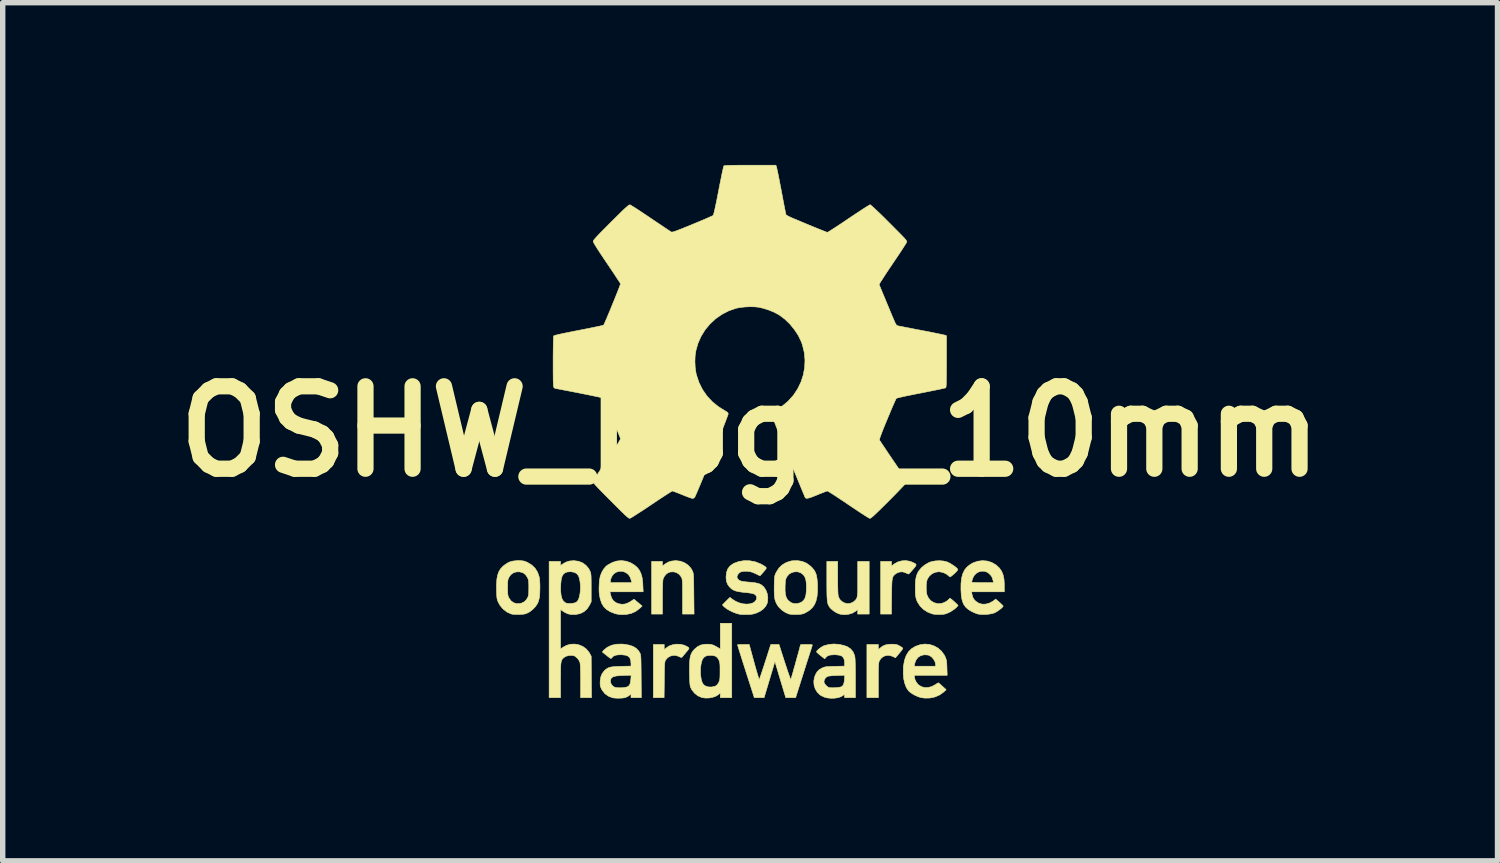
<source format=kicad_pcb>
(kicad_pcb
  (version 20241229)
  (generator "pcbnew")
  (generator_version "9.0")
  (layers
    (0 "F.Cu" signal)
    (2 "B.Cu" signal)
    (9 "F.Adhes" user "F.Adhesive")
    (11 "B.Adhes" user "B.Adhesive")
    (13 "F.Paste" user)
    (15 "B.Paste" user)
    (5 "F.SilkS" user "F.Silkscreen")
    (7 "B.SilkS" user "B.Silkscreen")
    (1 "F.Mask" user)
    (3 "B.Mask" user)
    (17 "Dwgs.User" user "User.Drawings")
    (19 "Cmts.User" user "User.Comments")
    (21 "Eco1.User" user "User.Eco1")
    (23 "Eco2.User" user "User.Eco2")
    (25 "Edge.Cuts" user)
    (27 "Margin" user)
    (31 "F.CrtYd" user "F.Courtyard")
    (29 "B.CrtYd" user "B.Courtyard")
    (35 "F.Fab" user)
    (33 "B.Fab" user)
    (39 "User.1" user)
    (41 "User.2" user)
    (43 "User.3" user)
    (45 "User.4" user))
  (footprint "OSHW_Logo_10mm"
    (layer "F.Cu")
    (at 10.82 4.928)
    (property "Reference" "OSHW_Logo_10mm" (at 0 0 0) (layer "F.SilkS") (effects (font (size 1.524 1.524) (thickness 0.3))))
    (attr through_hole)
    (fp_poly (pts (xy 2.956 2.401) (xy 2.997 2.417) (xy 3.037 2.436) (xy 3.061 2.45) (xy 3.07 2.464) (xy 3.065 2.483) (xy 3.047 2.509) (xy 3.015 2.547) (xy 3.012 2.55) (xy 2.981 2.586) (xy 2.956 2.614) (xy 2.937 2.632) (xy 2.931 2.636) (xy 2.916 2.632) (xy 2.891 2.621) (xy 2.878 2.614) (xy 2.821 2.596) (xy 2.764 2.599) (xy 2.71 2.62) (xy 2.692 2.633) (xy 2.673 2.649) (xy 2.657 2.664) (xy 2.645 2.68) (xy 2.636 2.7) (xy 2.63 2.727) (xy 2.625 2.762) (xy 2.622 2.809) (xy 2.62 2.87) (xy 2.618 2.946) (xy 2.617 3.041) (xy 2.617 3.052) (xy 2.614 3.377) (xy 2.414 3.377) (xy 2.414 2.403) (xy 2.615 2.403) (xy 2.615 2.488) (xy 2.663 2.451) (xy 2.729 2.414) (xy 2.803 2.393) (xy 2.881 2.388) (xy 2.956 2.401)) (stroke (width 0.01) (type solid)) (fill yes) (layer "F.SilkS"))
    (fp_poly (pts (xy -1.287 3.936) (xy -1.215 3.953) (xy -1.152 3.985) (xy -1.14 3.994) (xy -1.132 4.002) (xy -1.13 4.011) (xy -1.137 4.026) (xy -1.154 4.049) (xy -1.184 4.085) (xy -1.186 4.087) (xy -1.215 4.122) (xy -1.24 4.152) (xy -1.256 4.171) (xy -1.261 4.176) (xy -1.276 4.178) (xy -1.304 4.167) (xy -1.312 4.163) (xy -1.367 4.143) (xy -1.424 4.141) (xy -1.48 4.156) (xy -1.528 4.187) (xy -1.56 4.224) (xy -1.566 4.235) (xy -1.571 4.247) (xy -1.575 4.263) (xy -1.578 4.284) (xy -1.581 4.313) (xy -1.583 4.353) (xy -1.584 4.406) (xy -1.585 4.474) (xy -1.586 4.56) (xy -1.586 4.592) (xy -1.59 4.923) (xy -1.789 4.923) (xy -1.789 3.939) (xy -1.588 3.939) (xy -1.588 4.038) (xy -1.559 4.01) (xy -1.503 3.97) (xy -1.436 3.945) (xy -1.362 3.933) (xy -1.287 3.936)) (stroke (width 0.01) (type solid)) (fill yes) (layer "F.SilkS"))
    (fp_poly (pts (xy 2.662 3.935) (xy 2.696 3.938) (xy 2.724 3.946) (xy 2.754 3.961) (xy 2.763 3.965) (xy 2.794 3.984) (xy 2.816 3.999) (xy 2.824 4.008) (xy 2.823 4.015) (xy 2.815 4.029) (xy 2.799 4.051) (xy 2.774 4.083) (xy 2.736 4.128) (xy 2.717 4.151) (xy 2.688 4.185) (xy 2.64 4.161) (xy 2.582 4.142) (xy 2.524 4.142) (xy 2.471 4.158) (xy 2.426 4.191) (xy 2.393 4.237) (xy 2.392 4.239) (xy 2.386 4.253) (xy 2.382 4.27) (xy 2.378 4.291) (xy 2.376 4.319) (xy 2.374 4.357) (xy 2.373 4.407) (xy 2.372 4.473) (xy 2.372 4.555) (xy 2.372 4.603) (xy 2.372 4.923) (xy 2.16 4.923) (xy 2.16 3.939) (xy 2.372 3.939) (xy 2.372 4.035) (xy 2.401 4.008) (xy 2.451 3.97) (xy 2.507 3.946) (xy 2.573 3.935) (xy 2.615 3.934) (xy 2.662 3.935)) (stroke (width 0.01) (type solid)) (fill yes) (layer "F.SilkS"))
    (fp_poly (pts (xy 1.62 2.707) (xy 1.62 2.815) (xy 1.622 2.902) (xy 1.624 2.97) (xy 1.627 3.018) (xy 1.632 3.048) (xy 1.633 3.053) (xy 1.658 3.105) (xy 1.697 3.144) (xy 1.745 3.171) (xy 1.798 3.183) (xy 1.852 3.179) (xy 1.903 3.157) (xy 1.923 3.142) (xy 1.941 3.126) (xy 1.956 3.11) (xy 1.967 3.094) (xy 1.976 3.073) (xy 1.982 3.047) (xy 1.986 3.012) (xy 1.989 2.965) (xy 1.99 2.905) (xy 1.99 2.829) (xy 1.99 2.734) (xy 1.99 2.403) (xy 2.202 2.403) (xy 2.202 3.377) (xy 1.99 3.377) (xy 1.99 3.292) (xy 1.95 3.325) (xy 1.892 3.359) (xy 1.822 3.38) (xy 1.748 3.388) (xy 1.673 3.38) (xy 1.645 3.373) (xy 1.593 3.35) (xy 1.54 3.316) (xy 1.494 3.276) (xy 1.476 3.256) (xy 1.462 3.236) (xy 1.45 3.215) (xy 1.44 3.192) (xy 1.433 3.163) (xy 1.428 3.128) (xy 1.424 3.083) (xy 1.421 3.026) (xy 1.42 2.955) (xy 1.419 2.867) (xy 1.419 2.762) (xy 1.419 2.403) (xy 1.62 2.403) (xy 1.62 2.707)) (stroke (width 0.01) (type solid)) (fill yes) (layer "F.SilkS"))
    (fp_poly (pts (xy -1.287 2.399) (xy -1.214 2.427) (xy -1.149 2.47) (xy -1.097 2.526) (xy -1.068 2.576) (xy -1.061 2.591) (xy -1.056 2.606) (xy -1.052 2.622) (xy -1.048 2.644) (xy -1.046 2.672) (xy -1.044 2.709) (xy -1.043 2.757) (xy -1.042 2.82) (xy -1.041 2.898) (xy -1.04 2.995) (xy -1.04 3.004) (xy -1.036 3.377) (xy -1.249 3.377) (xy -1.249 3.056) (xy -1.249 2.965) (xy -1.25 2.893) (xy -1.25 2.836) (xy -1.251 2.794) (xy -1.253 2.762) (xy -1.256 2.739) (xy -1.26 2.721) (xy -1.265 2.707) (xy -1.271 2.694) (xy -1.274 2.689) (xy -1.309 2.644) (xy -1.357 2.612) (xy -1.412 2.596) (xy -1.47 2.598) (xy -1.507 2.608) (xy -1.549 2.636) (xy -1.584 2.677) (xy -1.608 2.725) (xy -1.609 2.729) (xy -1.612 2.751) (xy -1.615 2.792) (xy -1.617 2.848) (xy -1.619 2.917) (xy -1.62 2.997) (xy -1.62 3.073) (xy -1.62 3.377) (xy -1.821 3.377) (xy -1.821 2.403) (xy -1.62 2.403) (xy -1.62 2.488) (xy -1.572 2.451) (xy -1.518 2.418) (xy -1.459 2.398) (xy -1.39 2.39) (xy -1.365 2.39) (xy -1.287 2.399)) (stroke (width 0.01) (type solid)) (fill yes) (layer "F.SilkS"))
    (fp_poly (pts (xy -2.293 2.399) (xy -2.209 2.428) (xy -2.135 2.473) (xy -2.083 2.519) (xy -2.044 2.571) (xy -2.016 2.632) (xy -1.996 2.705) (xy -1.985 2.794) (xy -1.983 2.835) (xy -1.977 2.965) (xy -2.591 2.965) (xy -2.582 3.012) (xy -2.561 3.08) (xy -2.526 3.132) (xy -2.476 3.168) (xy -2.43 3.186) (xy -2.367 3.196) (xy -2.309 3.19) (xy -2.249 3.167) (xy -2.201 3.139) (xy -2.147 3.102) (xy -2.099 3.142) (xy -2.067 3.168) (xy -2.037 3.194) (xy -2.023 3.205) (xy -1.996 3.229) (xy -2.043 3.273) (xy -2.116 3.328) (xy -2.197 3.364) (xy -2.287 3.384) (xy -2.361 3.387) (xy -2.417 3.384) (xy -2.471 3.375) (xy -2.499 3.368) (xy -2.584 3.335) (xy -2.652 3.294) (xy -2.704 3.243) (xy -2.743 3.18) (xy -2.77 3.101) (xy -2.786 3.025) (xy -2.792 2.966) (xy -2.793 2.895) (xy -2.79 2.822) (xy -2.788 2.795) (xy -2.583 2.795) (xy -2.189 2.795) (xy -2.197 2.755) (xy -2.217 2.694) (xy -2.252 2.644) (xy -2.298 2.609) (xy -2.35 2.589) (xy -2.407 2.585) (xy -2.464 2.598) (xy -2.515 2.628) (xy -2.543 2.659) (xy -2.566 2.701) (xy -2.581 2.745) (xy -2.583 2.766) (xy -2.583 2.795) (xy -2.788 2.795) (xy -2.784 2.751) (xy -2.774 2.691) (xy -2.768 2.668) (xy -2.742 2.603) (xy -2.707 2.543) (xy -2.666 2.496) (xy -2.652 2.483) (xy -2.623 2.464) (xy -2.583 2.442) (xy -2.545 2.422) (xy -2.464 2.396) (xy -2.379 2.388) (xy -2.293 2.399)) (stroke (width 0.01) (type solid)) (fill yes) (layer "F.SilkS"))
    (fp_poly (pts (xy 3.318 3.939) (xy 3.4 3.965) (xy 3.475 4.006) (xy 3.539 4.063) (xy 3.59 4.133) (xy 3.606 4.163) (xy 3.618 4.193) (xy 3.627 4.22) (xy 3.633 4.25) (xy 3.637 4.288) (xy 3.639 4.339) (xy 3.64 4.37) (xy 3.645 4.51) (xy 3.039 4.51) (xy 3.039 4.539) (xy 3.048 4.583) (xy 3.07 4.631) (xy 3.102 4.674) (xy 3.116 4.687) (xy 3.169 4.72) (xy 3.23 4.736) (xy 3.297 4.734) (xy 3.364 4.715) (xy 3.421 4.684) (xy 3.451 4.665) (xy 3.473 4.652) (xy 3.482 4.648) (xy 3.492 4.655) (xy 3.514 4.673) (xy 3.543 4.699) (xy 3.557 4.712) (xy 3.626 4.775) (xy 3.579 4.819) (xy 3.505 4.872) (xy 3.421 4.909) (xy 3.328 4.929) (xy 3.23 4.931) (xy 3.166 4.922) (xy 3.113 4.907) (xy 3.055 4.882) (xy 2.999 4.851) (xy 2.952 4.817) (xy 2.928 4.794) (xy 2.889 4.735) (xy 2.86 4.659) (xy 2.84 4.571) (xy 2.832 4.473) (xy 2.834 4.369) (xy 2.836 4.341) (xy 3.036 4.341) (xy 3.43 4.341) (xy 3.43 4.312) (xy 3.421 4.262) (xy 3.395 4.214) (xy 3.359 4.172) (xy 3.316 4.143) (xy 3.287 4.134) (xy 3.217 4.13) (xy 3.157 4.145) (xy 3.106 4.177) (xy 3.069 4.225) (xy 3.045 4.288) (xy 3.042 4.304) (xy 3.036 4.341) (xy 2.836 4.341) (xy 2.837 4.336) (xy 2.855 4.232) (xy 2.886 4.145) (xy 2.929 4.073) (xy 2.986 4.017) (xy 3.057 3.974) (xy 3.144 3.943) (xy 3.145 3.943) (xy 3.232 3.931) (xy 3.318 3.939)) (stroke (width 0.01) (type solid)) (fill yes) (layer "F.SilkS"))
    (fp_poly (pts (xy -0.339 4.923) (xy -0.551 4.923) (xy -0.551 4.835) (xy -0.575 4.857) (xy -0.622 4.89) (xy -0.684 4.914) (xy -0.753 4.928) (xy -0.823 4.93) (xy -0.888 4.921) (xy -0.892 4.92) (xy -0.964 4.889) (xy -1.027 4.84) (xy -1.077 4.777) (xy -1.099 4.735) (xy -1.105 4.717) (xy -1.11 4.691) (xy -1.114 4.655) (xy -1.117 4.607) (xy -1.119 4.542) (xy -1.12 4.479) (xy -1.121 4.446) (xy -0.918 4.446) (xy -0.913 4.517) (xy -0.904 4.581) (xy -0.888 4.635) (xy -0.867 4.674) (xy -0.862 4.681) (xy -0.822 4.709) (xy -0.77 4.724) (xy -0.714 4.726) (xy -0.658 4.715) (xy -0.632 4.704) (xy -0.606 4.682) (xy -0.582 4.647) (xy -0.579 4.639) (xy -0.57 4.618) (xy -0.563 4.595) (xy -0.559 4.567) (xy -0.557 4.531) (xy -0.556 4.48) (xy -0.556 4.431) (xy -0.556 4.368) (xy -0.557 4.321) (xy -0.56 4.287) (xy -0.565 4.261) (xy -0.572 4.239) (xy -0.579 4.222) (xy -0.604 4.183) (xy -0.636 4.157) (xy -0.681 4.144) (xy -0.739 4.14) (xy -0.798 4.146) (xy -0.841 4.166) (xy -0.873 4.201) (xy -0.892 4.243) (xy -0.907 4.305) (xy -0.916 4.374) (xy -0.918 4.446) (xy -1.121 4.446) (xy -1.121 4.377) (xy -1.12 4.294) (xy -1.115 4.227) (xy -1.107 4.172) (xy -1.094 4.127) (xy -1.077 4.09) (xy -1.054 4.056) (xy -1.025 4.024) (xy -1.025 4.024) (xy -0.971 3.979) (xy -0.914 3.95) (xy -0.848 3.936) (xy -0.799 3.934) (xy -0.751 3.935) (xy -0.715 3.94) (xy -0.682 3.95) (xy -0.656 3.962) (xy -0.621 3.981) (xy -0.589 3.999) (xy -0.574 4.008) (xy -0.551 4.026) (xy -0.551 3.547) (xy -0.339 3.547) (xy -0.339 4.923)) (stroke (width 0.01) (type solid)) (fill yes) (layer "F.SilkS"))
    (fp_poly (pts (xy 0.64 4.267) (xy 0.666 4.345) (xy 0.69 4.417) (xy 0.711 4.479) (xy 0.729 4.529) (xy 0.742 4.565) (xy 0.75 4.584) (xy 0.753 4.587) (xy 0.757 4.576) (xy 0.766 4.547) (xy 0.778 4.504) (xy 0.794 4.45) (xy 0.811 4.387) (xy 0.831 4.319) (xy 0.85 4.249) (xy 0.869 4.179) (xy 0.888 4.113) (xy 0.904 4.054) (xy 0.917 4.005) (xy 0.926 3.968) (xy 0.931 3.948) (xy 0.932 3.944) (xy 0.942 3.942) (xy 0.968 3.94) (xy 1.007 3.939) (xy 1.044 3.939) (xy 1.096 3.939) (xy 1.13 3.941) (xy 1.147 3.945) (xy 1.152 3.951) (xy 1.151 3.952) (xy 1.147 3.964) (xy 1.138 3.995) (xy 1.123 4.042) (xy 1.103 4.103) (xy 1.08 4.175) (xy 1.053 4.258) (xy 1.024 4.349) (xy 0.994 4.444) (xy 0.842 4.923) (xy 0.751 4.923) (xy 0.66 4.923) (xy 0.559 4.589) (xy 0.459 4.254) (xy 0.359 4.589) (xy 0.259 4.923) (xy 0.169 4.923) (xy 0.078 4.923) (xy -0.078 4.438) (xy -0.109 4.34) (xy -0.138 4.25) (xy -0.164 4.167) (xy -0.187 4.094) (xy -0.206 4.034) (xy -0.22 3.988) (xy -0.229 3.957) (xy -0.233 3.945) (xy -0.233 3.945) (xy -0.223 3.942) (xy -0.196 3.94) (xy -0.158 3.939) (xy -0.124 3.939) (xy -0.016 3.939) (xy 0.073 4.267) (xy 0.095 4.346) (xy 0.116 4.418) (xy 0.134 4.48) (xy 0.149 4.53) (xy 0.161 4.566) (xy 0.168 4.585) (xy 0.17 4.587) (xy 0.175 4.576) (xy 0.185 4.547) (xy 0.2 4.503) (xy 0.219 4.446) (xy 0.241 4.38) (xy 0.265 4.307) (xy 0.29 4.229) (xy 0.316 4.149) (xy 0.341 4.07) (xy 0.365 3.995) (xy 0.372 3.973) (xy 0.383 3.939) (xy 0.535 3.939) (xy 0.64 4.267)) (stroke (width 0.01) (type solid)) (fill yes) (layer "F.SilkS"))
    (fp_poly (pts (xy 0.965 2.403) (xy 1.046 2.437) (xy 1.119 2.492) (xy 1.142 2.514) (xy 1.178 2.556) (xy 1.205 2.6) (xy 1.224 2.65) (xy 1.236 2.71) (xy 1.244 2.784) (xy 1.247 2.838) (xy 1.247 2.954) (xy 1.238 3.052) (xy 1.219 3.135) (xy 1.19 3.204) (xy 1.148 3.262) (xy 1.093 3.311) (xy 1.025 3.352) (xy 0.995 3.366) (xy 0.965 3.375) (xy 0.93 3.381) (xy 0.882 3.384) (xy 0.863 3.384) (xy 0.79 3.384) (xy 0.736 3.379) (xy 0.71 3.373) (xy 0.647 3.344) (xy 0.585 3.301) (xy 0.533 3.25) (xy 0.515 3.226) (xy 0.49 3.186) (xy 0.472 3.147) (xy 0.459 3.105) (xy 0.451 3.056) (xy 0.447 2.995) (xy 0.446 2.942) (xy 0.647 2.942) (xy 0.653 3.008) (xy 0.666 3.06) (xy 0.687 3.102) (xy 0.713 3.132) (xy 0.763 3.168) (xy 0.818 3.184) (xy 0.88 3.181) (xy 0.902 3.176) (xy 0.951 3.156) (xy 0.988 3.126) (xy 1.015 3.083) (xy 1.032 3.026) (xy 1.04 2.952) (xy 1.042 2.885) (xy 1.04 2.812) (xy 1.033 2.756) (xy 1.022 2.713) (xy 1.004 2.677) (xy 0.982 2.648) (xy 0.937 2.614) (xy 0.884 2.596) (xy 0.828 2.595) (xy 0.773 2.608) (xy 0.724 2.636) (xy 0.685 2.679) (xy 0.682 2.685) (xy 0.669 2.709) (xy 0.66 2.732) (xy 0.654 2.759) (xy 0.651 2.795) (xy 0.648 2.846) (xy 0.648 2.859) (xy 0.647 2.942) (xy 0.446 2.942) (xy 0.446 2.92) (xy 0.446 2.86) (xy 0.448 2.793) (xy 0.449 2.743) (xy 0.452 2.706) (xy 0.455 2.678) (xy 0.461 2.656) (xy 0.469 2.634) (xy 0.481 2.61) (xy 0.485 2.602) (xy 0.533 2.526) (xy 0.596 2.466) (xy 0.671 2.422) (xy 0.757 2.395) (xy 0.778 2.392) (xy 0.875 2.388) (xy 0.965 2.403)) (stroke (width 0.01) (type solid)) (fill yes) (layer "F.SilkS"))
    (fp_poly (pts (xy 3.577 2.396) (xy 3.641 2.412) (xy 3.645 2.413) (xy 3.681 2.43) (xy 3.722 2.454) (xy 3.764 2.481) (xy 3.801 2.508) (xy 3.828 2.533) (xy 3.841 2.55) (xy 3.836 2.566) (xy 3.814 2.594) (xy 3.779 2.627) (xy 3.747 2.655) (xy 3.72 2.676) (xy 3.703 2.688) (xy 3.699 2.689) (xy 3.685 2.682) (xy 3.668 2.667) (xy 3.633 2.639) (xy 3.585 2.615) (xy 3.533 2.6) (xy 3.489 2.594) (xy 3.423 2.604) (xy 3.363 2.632) (xy 3.314 2.675) (xy 3.279 2.729) (xy 3.27 2.755) (xy 3.261 2.803) (xy 3.257 2.862) (xy 3.258 2.925) (xy 3.263 2.984) (xy 3.271 3.022) (xy 3.299 3.081) (xy 3.341 3.129) (xy 3.396 3.164) (xy 3.459 3.183) (xy 3.525 3.183) (xy 3.529 3.182) (xy 3.572 3.17) (xy 3.617 3.149) (xy 3.656 3.123) (xy 3.678 3.101) (xy 3.687 3.089) (xy 3.697 3.086) (xy 3.711 3.093) (xy 3.734 3.112) (xy 3.745 3.121) (xy 3.777 3.149) (xy 3.806 3.176) (xy 3.822 3.191) (xy 3.847 3.219) (xy 3.806 3.262) (xy 3.775 3.288) (xy 3.733 3.316) (xy 3.69 3.342) (xy 3.686 3.343) (xy 3.645 3.362) (xy 3.612 3.374) (xy 3.578 3.381) (xy 3.535 3.384) (xy 3.511 3.385) (xy 3.454 3.384) (xy 3.402 3.38) (xy 3.366 3.373) (xy 3.28 3.339) (xy 3.204 3.289) (xy 3.142 3.227) (xy 3.095 3.154) (xy 3.079 3.116) (xy 3.069 3.083) (xy 3.062 3.052) (xy 3.058 3.017) (xy 3.055 2.973) (xy 3.055 2.914) (xy 3.055 2.896) (xy 3.056 2.814) (xy 3.061 2.748) (xy 3.07 2.695) (xy 3.084 2.649) (xy 3.104 2.605) (xy 3.123 2.575) (xy 3.171 2.517) (xy 3.234 2.466) (xy 3.305 2.425) (xy 3.355 2.407) (xy 3.425 2.394) (xy 3.502 2.39) (xy 3.577 2.396)) (stroke (width 0.01) (type solid)) (fill yes) (layer "F.SilkS"))
    (fp_poly (pts (xy 4.384 2.396) (xy 4.468 2.422) (xy 4.544 2.466) (xy 4.557 2.476) (xy 4.611 2.527) (xy 4.651 2.585) (xy 4.678 2.651) (xy 4.695 2.73) (xy 4.701 2.824) (xy 4.701 2.844) (xy 4.701 2.965) (xy 4.096 2.965) (xy 4.103 3.01) (xy 4.118 3.065) (xy 4.143 3.109) (xy 4.176 3.142) (xy 4.231 3.177) (xy 4.293 3.194) (xy 4.36 3.192) (xy 4.428 3.173) (xy 4.495 3.136) (xy 4.504 3.129) (xy 4.542 3.1) (xy 4.611 3.16) (xy 4.642 3.188) (xy 4.666 3.212) (xy 4.679 3.226) (xy 4.68 3.229) (xy 4.671 3.244) (xy 4.649 3.267) (xy 4.618 3.292) (xy 4.582 3.318) (xy 4.546 3.341) (xy 4.514 3.356) (xy 4.513 3.357) (xy 4.46 3.371) (xy 4.397 3.381) (xy 4.328 3.385) (xy 4.264 3.383) (xy 4.21 3.376) (xy 4.202 3.373) (xy 4.145 3.352) (xy 4.086 3.323) (xy 4.033 3.289) (xy 3.993 3.255) (xy 3.986 3.247) (xy 3.955 3.205) (xy 3.932 3.156) (xy 3.916 3.098) (xy 3.905 3.027) (xy 3.9 2.939) (xy 3.899 2.928) (xy 3.9 2.813) (xy 3.903 2.786) (xy 4.097 2.786) (xy 4.108 2.789) (xy 4.135 2.792) (xy 4.178 2.793) (xy 4.232 2.795) (xy 4.295 2.795) (xy 4.299 2.795) (xy 4.501 2.795) (xy 4.494 2.761) (xy 4.482 2.717) (xy 4.467 2.683) (xy 4.443 2.65) (xy 4.44 2.648) (xy 4.396 2.609) (xy 4.344 2.587) (xy 4.289 2.583) (xy 4.236 2.594) (xy 4.187 2.62) (xy 4.146 2.66) (xy 4.117 2.713) (xy 4.113 2.725) (xy 4.104 2.757) (xy 4.099 2.78) (xy 4.097 2.786) (xy 3.903 2.786) (xy 3.911 2.715) (xy 3.932 2.633) (xy 3.965 2.564) (xy 4.011 2.507) (xy 4.07 2.46) (xy 4.124 2.429) (xy 4.208 2.4) (xy 4.296 2.389) (xy 4.384 2.396)) (stroke (width 0.01) (type solid)) (fill yes) (layer "F.SilkS"))
    (fp_poly (pts (xy 1.65 3.938) (xy 1.742 3.959) (xy 1.799 3.981) (xy 1.858 4.02) (xy 1.902 4.072) (xy 1.931 4.139) (xy 1.937 4.163) (xy 1.94 4.188) (xy 1.943 4.232) (xy 1.945 4.293) (xy 1.947 4.368) (xy 1.948 4.455) (xy 1.948 4.551) (xy 1.948 4.569) (xy 1.948 4.923) (xy 1.747 4.923) (xy 1.747 4.856) (xy 1.723 4.879) (xy 1.683 4.904) (xy 1.629 4.922) (xy 1.566 4.932) (xy 1.498 4.934) (xy 1.432 4.928) (xy 1.381 4.915) (xy 1.343 4.899) (xy 1.306 4.88) (xy 1.293 4.871) (xy 1.242 4.822) (xy 1.205 4.761) (xy 1.183 4.692) (xy 1.179 4.631) (xy 1.366 4.631) (xy 1.374 4.656) (xy 1.395 4.686) (xy 1.423 4.713) (xy 1.451 4.732) (xy 1.463 4.736) (xy 1.492 4.739) (xy 1.534 4.74) (xy 1.581 4.738) (xy 1.626 4.734) (xy 1.663 4.728) (xy 1.684 4.723) (xy 1.711 4.705) (xy 1.728 4.678) (xy 1.739 4.638) (xy 1.745 4.586) (xy 1.75 4.508) (xy 1.603 4.513) (xy 1.532 4.516) (xy 1.476 4.521) (xy 1.439 4.527) (xy 1.426 4.532) (xy 1.394 4.558) (xy 1.372 4.596) (xy 1.366 4.631) (xy 1.179 4.631) (xy 1.178 4.618) (xy 1.191 4.544) (xy 1.212 4.49) (xy 1.241 4.442) (xy 1.276 4.407) (xy 1.324 4.378) (xy 1.339 4.371) (xy 1.361 4.362) (xy 1.384 4.355) (xy 1.411 4.35) (xy 1.447 4.347) (xy 1.495 4.345) (xy 1.56 4.343) (xy 1.57 4.343) (xy 1.747 4.339) (xy 1.747 4.279) (xy 1.742 4.223) (xy 1.725 4.182) (xy 1.695 4.153) (xy 1.65 4.137) (xy 1.588 4.13) (xy 1.565 4.129) (xy 1.505 4.132) (xy 1.46 4.139) (xy 1.428 4.154) (xy 1.403 4.177) (xy 1.402 4.178) (xy 1.38 4.204) (xy 1.304 4.145) (xy 1.271 4.118) (xy 1.245 4.094) (xy 1.23 4.078) (xy 1.228 4.074) (xy 1.237 4.057) (xy 1.259 4.033) (xy 1.291 4.008) (xy 1.327 3.983) (xy 1.362 3.964) (xy 1.374 3.96) (xy 1.459 3.938) (xy 1.553 3.93) (xy 1.65 3.938)) (stroke (width 0.01) (type solid)) (fill yes) (layer "F.SilkS"))
    (fp_poly (pts (xy -4.236 2.39) (xy -4.2 2.393) (xy -4.169 2.4) (xy -4.138 2.412) (xy -4.116 2.422) (xy -4.037 2.47) (xy -3.974 2.531) (xy -3.928 2.606) (xy -3.899 2.693) (xy -3.898 2.698) (xy -3.892 2.74) (xy -3.888 2.797) (xy -3.886 2.862) (xy -3.887 2.93) (xy -3.889 2.995) (xy -3.893 3.05) (xy -3.897 3.076) (xy -3.908 3.119) (xy -3.921 3.16) (xy -3.93 3.18) (xy -3.967 3.236) (xy -4.017 3.289) (xy -4.074 3.334) (xy -4.103 3.351) (xy -4.135 3.365) (xy -4.164 3.375) (xy -4.198 3.38) (xy -4.243 3.383) (xy -4.271 3.385) (xy -4.345 3.384) (xy -4.4 3.379) (xy -4.422 3.373) (xy -4.498 3.338) (xy -4.566 3.285) (xy -4.623 3.218) (xy -4.655 3.16) (xy -4.666 3.136) (xy -4.674 3.113) (xy -4.68 3.088) (xy -4.683 3.058) (xy -4.686 3.017) (xy -4.688 2.961) (xy -4.689 2.921) (xy -4.689 2.89) (xy -4.484 2.89) (xy -4.483 2.95) (xy -4.482 2.993) (xy -4.478 3.024) (xy -4.473 3.048) (xy -4.465 3.068) (xy -4.461 3.076) (xy -4.422 3.131) (xy -4.373 3.167) (xy -4.317 3.184) (xy -4.255 3.181) (xy -4.221 3.172) (xy -4.176 3.15) (xy -4.142 3.118) (xy -4.115 3.076) (xy -4.106 3.056) (xy -4.099 3.034) (xy -4.095 3.007) (xy -4.093 2.969) (xy -4.092 2.916) (xy -4.092 2.89) (xy -4.092 2.832) (xy -4.094 2.791) (xy -4.096 2.761) (xy -4.101 2.738) (xy -4.109 2.718) (xy -4.121 2.695) (xy -4.123 2.692) (xy -4.151 2.651) (xy -4.182 2.624) (xy -4.198 2.615) (xy -4.258 2.596) (xy -4.318 2.596) (xy -4.374 2.613) (xy -4.422 2.646) (xy -4.457 2.694) (xy -4.457 2.694) (xy -4.468 2.717) (xy -4.476 2.739) (xy -4.48 2.764) (xy -4.483 2.797) (xy -4.484 2.843) (xy -4.484 2.89) (xy -4.689 2.89) (xy -4.688 2.816) (xy -4.682 2.728) (xy -4.668 2.655) (xy -4.646 2.594) (xy -4.616 2.543) (xy -4.575 2.498) (xy -4.538 2.468) (xy -4.485 2.432) (xy -4.435 2.409) (xy -4.382 2.396) (xy -4.318 2.39) (xy -4.287 2.39) (xy -4.236 2.39)) (stroke (width 0.01) (type solid)) (fill yes) (layer "F.SilkS"))
    (fp_poly (pts (xy -2.319 3.936) (xy -2.231 3.952) (xy -2.16 3.977) (xy -2.104 4.012) (xy -2.06 4.059) (xy -2.04 4.092) (xy -2.034 4.104) (xy -2.029 4.116) (xy -2.025 4.132) (xy -2.022 4.152) (xy -2.02 4.18) (xy -2.018 4.218) (xy -2.017 4.267) (xy -2.016 4.331) (xy -2.015 4.411) (xy -2.014 4.509) (xy -2.014 4.529) (xy -2.011 4.923) (xy -2.202 4.923) (xy -2.202 4.851) (xy -2.234 4.881) (xy -2.265 4.902) (xy -2.303 4.919) (xy -2.313 4.922) (xy -2.353 4.929) (xy -2.406 4.932) (xy -2.462 4.932) (xy -2.512 4.929) (xy -2.546 4.924) (xy -2.621 4.894) (xy -2.684 4.849) (xy -2.732 4.79) (xy -2.753 4.751) (xy -2.766 4.717) (xy -2.772 4.684) (xy -2.773 4.643) (xy -2.772 4.617) (xy -2.771 4.613) (xy -2.583 4.613) (xy -2.576 4.654) (xy -2.554 4.692) (xy -2.52 4.722) (xy -2.495 4.732) (xy -2.462 4.738) (xy -2.417 4.74) (xy -2.368 4.739) (xy -2.321 4.734) (xy -2.282 4.726) (xy -2.261 4.718) (xy -2.237 4.699) (xy -2.222 4.673) (xy -2.212 4.637) (xy -2.205 4.586) (xy -2.205 4.583) (xy -2.199 4.508) (xy -2.346 4.512) (xy -2.42 4.516) (xy -2.476 4.522) (xy -2.517 4.531) (xy -2.546 4.544) (xy -2.565 4.562) (xy -2.573 4.573) (xy -2.583 4.613) (xy -2.771 4.613) (xy -2.762 4.544) (xy -2.74 4.486) (xy -2.704 4.435) (xy -2.688 4.418) (xy -2.661 4.395) (xy -2.634 4.377) (xy -2.603 4.364) (xy -2.565 4.355) (xy -2.517 4.349) (xy -2.453 4.345) (xy -2.385 4.343) (xy -2.202 4.339) (xy -2.202 4.286) (xy -2.208 4.228) (xy -2.225 4.185) (xy -2.257 4.155) (xy -2.303 4.137) (xy -2.367 4.13) (xy -2.392 4.129) (xy -2.455 4.132) (xy -2.502 4.143) (xy -2.535 4.161) (xy -2.556 4.184) (xy -2.564 4.194) (xy -2.572 4.198) (xy -2.585 4.193) (xy -2.606 4.179) (xy -2.638 4.154) (xy -2.649 4.145) (xy -2.683 4.118) (xy -2.711 4.096) (xy -2.728 4.082) (xy -2.731 4.08) (xy -2.727 4.071) (xy -2.712 4.052) (xy -2.701 4.04) (xy -2.637 3.989) (xy -2.559 3.953) (xy -2.47 3.934) (xy -2.371 3.931) (xy -2.319 3.936)) (stroke (width 0.01) (type solid)) (fill yes) (layer "F.SilkS"))
    (fp_poly (pts (xy -0.009 2.391) (xy 0.091 2.409) (xy 0.184 2.445) (xy 0.186 2.445) (xy 0.226 2.466) (xy 0.261 2.487) (xy 0.285 2.503) (xy 0.289 2.507) (xy 0.298 2.518) (xy 0.299 2.529) (xy 0.292 2.543) (xy 0.275 2.566) (xy 0.248 2.598) (xy 0.221 2.629) (xy 0.198 2.654) (xy 0.185 2.667) (xy 0.183 2.668) (xy 0.172 2.664) (xy 0.146 2.652) (xy 0.112 2.635) (xy 0.099 2.629) (xy 0.049 2.607) (xy 0.004 2.593) (xy -0.044 2.587) (xy -0.056 2.586) (xy -0.121 2.586) (xy -0.171 2.597) (xy -0.206 2.619) (xy -0.23 2.652) (xy -0.241 2.679) (xy -0.242 2.698) (xy -0.233 2.718) (xy -0.232 2.719) (xy -0.217 2.74) (xy -0.195 2.756) (xy -0.164 2.768) (xy -0.119 2.776) (xy -0.058 2.783) (xy -0.031 2.785) (xy 0.042 2.791) (xy 0.097 2.799) (xy 0.14 2.808) (xy 0.174 2.819) (xy 0.204 2.834) (xy 0.208 2.836) (xy 0.255 2.877) (xy 0.292 2.933) (xy 0.317 2.999) (xy 0.328 3.07) (xy 0.324 3.141) (xy 0.316 3.178) (xy 0.289 3.232) (xy 0.245 3.282) (xy 0.186 3.325) (xy 0.116 3.358) (xy 0.055 3.376) (xy 0.013 3.382) (xy -0.042 3.386) (xy -0.101 3.386) (xy -0.155 3.385) (xy -0.191 3.381) (xy -0.251 3.366) (xy -0.316 3.341) (xy -0.38 3.31) (xy -0.437 3.276) (xy -0.481 3.241) (xy -0.492 3.23) (xy -0.512 3.207) (xy -0.443 3.137) (xy -0.373 3.068) (xy -0.323 3.106) (xy -0.263 3.143) (xy -0.198 3.17) (xy -0.131 3.187) (xy -0.065 3.193) (xy -0.004 3.188) (xy 0.048 3.173) (xy 0.089 3.147) (xy 0.112 3.116) (xy 0.122 3.086) (xy 0.121 3.061) (xy 0.117 3.051) (xy 0.106 3.03) (xy 0.089 3.014) (xy 0.064 3.003) (xy 0.026 2.993) (xy -0.026 2.985) (xy -0.073 2.98) (xy -0.154 2.971) (xy -0.216 2.961) (xy -0.265 2.95) (xy -0.303 2.935) (xy -0.335 2.917) (xy -0.363 2.892) (xy -0.384 2.871) (xy -0.416 2.826) (xy -0.435 2.776) (xy -0.444 2.715) (xy -0.444 2.684) (xy -0.436 2.606) (xy -0.412 2.541) (xy -0.371 2.488) (xy -0.312 2.445) (xy -0.294 2.436) (xy -0.205 2.404) (xy -0.109 2.389) (xy -0.009 2.391)) (stroke (width 0.01) (type solid)) (fill yes) (layer "F.SilkS"))
    (fp_poly (pts (xy -3.255 2.39) (xy -3.173 2.4) (xy -3.099 2.429) (xy -3.036 2.475) (xy -2.985 2.535) (xy -2.963 2.576) (xy -2.955 2.594) (xy -2.949 2.611) (xy -2.945 2.631) (xy -2.942 2.656) (xy -2.94 2.69) (xy -2.939 2.734) (xy -2.938 2.794) (xy -2.938 2.871) (xy -2.938 2.89) (xy -2.938 3.15) (xy -2.968 3.21) (xy -3.012 3.279) (xy -3.07 3.332) (xy -3.14 3.367) (xy -3.221 3.385) (xy -3.235 3.386) (xy -3.307 3.385) (xy -3.368 3.373) (xy -3.426 3.346) (xy -3.451 3.33) (xy -3.505 3.294) (xy -3.505 4.023) (xy -3.46 3.991) (xy -3.391 3.954) (xy -3.316 3.934) (xy -3.239 3.932) (xy -3.164 3.946) (xy -3.093 3.976) (xy -3.031 4.021) (xy -2.98 4.081) (xy -2.969 4.099) (xy -2.938 4.156) (xy -2.935 4.539) (xy -2.932 4.923) (xy -3.134 4.923) (xy -3.134 4.619) (xy -3.134 4.529) (xy -3.136 4.449) (xy -3.137 4.381) (xy -3.14 4.327) (xy -3.143 4.29) (xy -3.145 4.275) (xy -3.165 4.23) (xy -3.198 4.189) (xy -3.236 4.158) (xy -3.25 4.15) (xy -3.296 4.141) (xy -3.349 4.143) (xy -3.4 4.156) (xy -3.433 4.174) (xy -3.452 4.189) (xy -3.468 4.204) (xy -3.479 4.222) (xy -3.489 4.243) (xy -3.495 4.272) (xy -3.5 4.31) (xy -3.502 4.36) (xy -3.504 4.424) (xy -3.504 4.505) (xy -3.505 4.599) (xy -3.505 4.923) (xy -3.716 4.923) (xy -3.716 2.949) (xy -3.503 2.949) (xy -3.495 3.029) (xy -3.479 3.09) (xy -3.454 3.135) (xy -3.42 3.165) (xy -3.395 3.176) (xy -3.353 3.182) (xy -3.303 3.181) (xy -3.254 3.173) (xy -3.221 3.162) (xy -3.195 3.142) (xy -3.175 3.111) (xy -3.159 3.066) (xy -3.146 3.004) (xy -3.143 2.984) (xy -3.137 2.913) (xy -3.138 2.838) (xy -3.146 2.767) (xy -3.16 2.706) (xy -3.173 2.67) (xy -3.204 2.63) (xy -3.25 2.605) (xy -3.31 2.594) (xy -3.323 2.594) (xy -3.378 2.598) (xy -3.421 2.613) (xy -3.453 2.639) (xy -3.477 2.68) (xy -3.492 2.736) (xy -3.5 2.81) (xy -3.503 2.851) (xy -3.503 2.949) (xy -3.716 2.949) (xy -3.716 2.403) (xy -3.505 2.403) (xy -3.505 2.479) (xy -3.46 2.448) (xy -3.401 2.415) (xy -3.34 2.396) (xy -3.269 2.39) (xy -3.255 2.39)) (stroke (width 0.01) (type solid)) (fill yes) (layer "F.SilkS"))
    (fp_poly (pts (xy 0.487 -4.899) (xy 0.491 -4.884) (xy 0.498 -4.85) (xy 0.509 -4.8) (xy 0.522 -4.737) (xy 0.537 -4.662) (xy 0.553 -4.577) (xy 0.571 -4.487) (xy 0.577 -4.452) (xy 0.595 -4.36) (xy 0.611 -4.273) (xy 0.626 -4.195) (xy 0.639 -4.128) (xy 0.65 -4.074) (xy 0.658 -4.035) (xy 0.662 -4.014) (xy 0.663 -4.011) (xy 0.675 -3.999) (xy 0.704 -3.982) (xy 0.747 -3.961) (xy 0.781 -3.946) (xy 0.889 -3.901) (xy 0.991 -3.858) (xy 1.087 -3.818) (xy 1.175 -3.782) (xy 1.253 -3.75) (xy 1.318 -3.724) (xy 1.371 -3.703) (xy 1.407 -3.689) (xy 1.427 -3.682) (xy 1.429 -3.682) (xy 1.441 -3.687) (xy 1.469 -3.704) (xy 1.51 -3.73) (xy 1.563 -3.764) (xy 1.626 -3.805) (xy 1.697 -3.852) (xy 1.774 -3.904) (xy 1.823 -3.937) (xy 1.903 -3.991) (xy 1.979 -4.041) (xy 2.047 -4.086) (xy 2.107 -4.125) (xy 2.156 -4.156) (xy 2.192 -4.178) (xy 2.215 -4.191) (xy 2.22 -4.193) (xy 2.232 -4.185) (xy 2.257 -4.164) (xy 2.294 -4.13) (xy 2.342 -4.085) (xy 2.4 -4.03) (xy 2.466 -3.966) (xy 2.538 -3.894) (xy 2.573 -3.859) (xy 2.652 -3.78) (xy 2.717 -3.714) (xy 2.77 -3.661) (xy 2.812 -3.618) (xy 2.844 -3.584) (xy 2.867 -3.558) (xy 2.883 -3.539) (xy 2.892 -3.525) (xy 2.896 -3.514) (xy 2.897 -3.506) (xy 2.895 -3.499) (xy 2.895 -3.497) (xy 2.886 -3.482) (xy 2.867 -3.452) (xy 2.839 -3.408) (xy 2.803 -3.352) (xy 2.76 -3.287) (xy 2.712 -3.215) (xy 2.659 -3.137) (xy 2.632 -3.097) (xy 2.579 -3.018) (xy 2.53 -2.945) (xy 2.486 -2.878) (xy 2.449 -2.82) (xy 2.419 -2.774) (xy 2.398 -2.74) (xy 2.387 -2.72) (xy 2.386 -2.716) (xy 2.397 -2.691) (xy 2.414 -2.649) (xy 2.437 -2.594) (xy 2.463 -2.53) (xy 2.493 -2.459) (xy 2.523 -2.386) (xy 2.554 -2.312) (xy 2.583 -2.242) (xy 2.609 -2.179) (xy 2.631 -2.127) (xy 2.648 -2.087) (xy 2.654 -2.074) (xy 2.676 -2.021) (xy 2.694 -1.986) (xy 2.709 -1.965) (xy 2.722 -1.956) (xy 2.724 -1.955) (xy 2.74 -1.952) (xy 2.773 -1.945) (xy 2.823 -1.936) (xy 2.886 -1.923) (xy 2.961 -1.909) (xy 3.045 -1.892) (xy 3.136 -1.875) (xy 3.166 -1.869) (xy 3.258 -1.852) (xy 3.344 -1.835) (xy 3.422 -1.819) (xy 3.49 -1.805) (xy 3.544 -1.794) (xy 3.583 -1.785) (xy 3.605 -1.78) (xy 3.608 -1.779) (xy 3.632 -1.769) (xy 3.632 -1.293) (xy 3.631 -1.174) (xy 3.631 -1.075) (xy 3.63 -0.994) (xy 3.629 -0.93) (xy 3.628 -0.881) (xy 3.626 -0.846) (xy 3.623 -0.823) (xy 3.62 -0.81) (xy 3.618 -0.807) (xy 3.605 -0.803) (xy 3.574 -0.796) (xy 3.526 -0.785) (xy 3.464 -0.772) (xy 3.39 -0.757) (xy 3.306 -0.74) (xy 3.215 -0.722) (xy 3.161 -0.711) (xy 3.067 -0.693) (xy 2.979 -0.675) (xy 2.899 -0.659) (xy 2.83 -0.644) (xy 2.774 -0.631) (xy 2.733 -0.621) (xy 2.709 -0.614) (xy 2.704 -0.612) (xy 2.697 -0.599) (xy 2.683 -0.569) (xy 2.663 -0.524) (xy 2.637 -0.466) (xy 2.608 -0.398) (xy 2.576 -0.321) (xy 2.541 -0.238) (xy 2.537 -0.228) (xy 2.495 -0.127) (xy 2.461 -0.043) (xy 2.435 0.024) (xy 2.416 0.076) (xy 2.402 0.114) (xy 2.395 0.14) (xy 2.393 0.156) (xy 2.394 0.161) (xy 2.402 0.173) (xy 2.42 0.201) (xy 2.448 0.243) (xy 2.484 0.296) (xy 2.526 0.36) (xy 2.574 0.431) (xy 2.626 0.508) (xy 2.652 0.546) (xy 2.706 0.625) (xy 2.755 0.699) (xy 2.799 0.766) (xy 2.837 0.825) (xy 2.867 0.872) (xy 2.888 0.907) (xy 2.9 0.927) (xy 2.901 0.931) (xy 2.894 0.942) (xy 2.873 0.966) (xy 2.84 1.001) (xy 2.797 1.047) (xy 2.744 1.102) (xy 2.685 1.163) (xy 2.619 1.23) (xy 2.569 1.28) (xy 2.488 1.361) (xy 2.42 1.428) (xy 2.365 1.482) (xy 2.321 1.524) (xy 2.286 1.557) (xy 2.259 1.58) (xy 2.24 1.595) (xy 2.226 1.604) (xy 2.216 1.607) (xy 2.211 1.607) (xy 2.197 1.6) (xy 2.168 1.583) (xy 2.125 1.556) (xy 2.071 1.521) (xy 2.006 1.479) (xy 1.935 1.431) (xy 1.857 1.379) (xy 1.817 1.352) (xy 1.738 1.298) (xy 1.663 1.249) (xy 1.596 1.204) (xy 1.538 1.166) (xy 1.49 1.136) (xy 1.455 1.114) (xy 1.434 1.103) (xy 1.43 1.101) (xy 1.415 1.105) (xy 1.384 1.116) (xy 1.341 1.133) (xy 1.289 1.153) (xy 1.249 1.17) (xy 1.177 1.199) (xy 1.122 1.22) (xy 1.081 1.232) (xy 1.052 1.237) (xy 1.033 1.234) (xy 1.021 1.225) (xy 1.018 1.22) (xy 1.012 1.208) (xy 1 1.177) (xy 0.98 1.13) (xy 0.954 1.068) (xy 0.923 0.992) (xy 0.887 0.905) (xy 0.847 0.807) (xy 0.803 0.701) (xy 0.757 0.587) (xy 0.708 0.467) (xy 0.699 0.446) (xy 0.634 0.286) (xy 0.577 0.145) (xy 0.528 0.023) (xy 0.487 -0.08) (xy 0.454 -0.166) (xy 0.428 -0.233) (xy 0.41 -0.283) (xy 0.399 -0.316) (xy 0.396 -0.333) (xy 0.396 -0.334) (xy 0.41 -0.355) (xy 0.436 -0.371) (xy 0.48 -0.394) (xy 0.535 -0.428) (xy 0.594 -0.47) (xy 0.651 -0.515) (xy 0.703 -0.56) (xy 0.708 -0.565) (xy 0.803 -0.671) (xy 0.88 -0.788) (xy 0.941 -0.914) (xy 0.984 -1.046) (xy 1.009 -1.183) (xy 1.015 -1.321) (xy 1.002 -1.46) (xy 0.969 -1.596) (xy 0.948 -1.657) (xy 0.893 -1.772) (xy 0.821 -1.882) (xy 0.737 -1.985) (xy 0.643 -2.076) (xy 0.543 -2.151) (xy 0.521 -2.164) (xy 0.439 -2.207) (xy 0.345 -2.245) (xy 0.248 -2.276) (xy 0.157 -2.297) (xy 0.148 -2.298) (xy 0.077 -2.305) (xy -0.007 -2.306) (xy -0.094 -2.302) (xy -0.178 -2.293) (xy -0.249 -2.28) (xy -0.257 -2.278) (xy -0.393 -2.231) (xy -0.52 -2.166) (xy -0.636 -2.085) (xy -0.74 -1.989) (xy -0.831 -1.88) (xy -0.906 -1.759) (xy -0.964 -1.628) (xy -1.001 -1.498) (xy -1.016 -1.4) (xy -1.02 -1.293) (xy -1.015 -1.183) (xy -1 -1.08) (xy -0.991 -1.044) (xy -0.944 -0.903) (xy -0.879 -0.773) (xy -0.796 -0.654) (xy -0.697 -0.548) (xy -0.581 -0.455) (xy -0.466 -0.384) (xy -0.431 -0.363) (xy -0.411 -0.344) (xy -0.404 -0.325) (xy -0.408 -0.312) (xy -0.419 -0.281) (xy -0.436 -0.235) (xy -0.459 -0.174) (xy -0.487 -0.101) (xy -0.52 -0.017) (xy -0.556 0.074) (xy -0.595 0.173) (xy -0.636 0.276) (xy -0.679 0.382) (xy -0.722 0.49) (xy -0.765 0.596) (xy -0.807 0.7) (xy -0.847 0.799) (xy -0.885 0.893) (xy -0.92 0.978) (xy -0.952 1.053) (xy -0.978 1.116) (xy -1 1.165) (xy -1.015 1.199) (xy -1.023 1.215) (xy -1.044 1.234) (xy -1.063 1.239) (xy -1.081 1.235) (xy -1.114 1.224) (xy -1.16 1.208) (xy -1.213 1.187) (xy -1.255 1.17) (xy -1.311 1.147) (xy -1.361 1.128) (xy -1.401 1.113) (xy -1.428 1.103) (xy -1.437 1.101) (xy -1.449 1.107) (xy -1.476 1.123) (xy -1.517 1.149) (xy -1.57 1.183) (xy -1.633 1.224) (xy -1.704 1.271) (xy -1.781 1.323) (xy -1.825 1.352) (xy -1.905 1.406) (xy -1.98 1.456) (xy -2.049 1.5) (xy -2.109 1.539) (xy -2.158 1.57) (xy -2.195 1.593) (xy -2.218 1.605) (xy -2.223 1.607) (xy -2.232 1.606) (xy -2.244 1.6) (xy -2.26 1.589) (xy -2.283 1.57) (xy -2.313 1.543) (xy -2.351 1.506) (xy -2.4 1.459) (xy -2.46 1.399) (xy -2.533 1.326) (xy -2.575 1.284) (xy -2.657 1.202) (xy -2.725 1.133) (xy -2.78 1.077) (xy -2.823 1.031) (xy -2.856 0.996) (xy -2.879 0.969) (xy -2.893 0.95) (xy -2.9 0.937) (xy -2.901 0.931) (xy -2.895 0.914) (xy -2.876 0.88) (xy -2.845 0.83) (xy -2.803 0.763) (xy -2.748 0.679) (xy -2.681 0.58) (xy -2.647 0.529) (xy -2.58 0.43) (xy -2.525 0.348) (xy -2.481 0.28) (xy -2.446 0.227) (xy -2.422 0.186) (xy -2.406 0.157) (xy -2.398 0.139) (xy -2.397 0.131) (xy -2.403 0.116) (xy -2.415 0.083) (xy -2.434 0.038) (xy -2.457 -0.019) (xy -2.484 -0.084) (xy -2.513 -0.155) (xy -2.543 -0.229) (xy -2.574 -0.304) (xy -2.605 -0.376) (xy -2.633 -0.443) (xy -2.659 -0.503) (xy -2.68 -0.553) (xy -2.696 -0.59) (xy -2.706 -0.612) (xy -2.709 -0.617) (xy -2.72 -0.62) (xy -2.75 -0.627) (xy -2.795 -0.636) (xy -2.852 -0.648) (xy -2.921 -0.662) (xy -2.996 -0.678) (xy -3.077 -0.694) (xy -3.161 -0.711) (xy -3.244 -0.727) (xy -3.325 -0.743) (xy -3.4 -0.757) (xy -3.467 -0.77) (xy -3.523 -0.781) (xy -3.566 -0.789) (xy -3.593 -0.793) (xy -3.601 -0.794) (xy -3.614 -0.801) (xy -3.626 -0.811) (xy -3.63 -0.817) (xy -3.633 -0.827) (xy -3.636 -0.844) (xy -3.638 -0.869) (xy -3.639 -0.905) (xy -3.641 -0.952) (xy -3.641 -1.013) (xy -3.642 -1.09) (xy -3.642 -1.184) (xy -3.642 -1.29) (xy -3.642 -1.387) (xy -3.641 -1.478) (xy -3.64 -1.561) (xy -3.639 -1.632) (xy -3.637 -1.691) (xy -3.636 -1.735) (xy -3.634 -1.761) (xy -3.632 -1.767) (xy -3.619 -1.773) (xy -3.585 -1.783) (xy -3.531 -1.796) (xy -3.457 -1.812) (xy -3.363 -1.831) (xy -3.249 -1.854) (xy -3.171 -1.869) (xy -3.076 -1.888) (xy -2.987 -1.905) (xy -2.907 -1.922) (xy -2.837 -1.936) (xy -2.781 -1.948) (xy -2.739 -1.958) (xy -2.715 -1.964) (xy -2.709 -1.966) (xy -2.702 -1.979) (xy -2.688 -2.009) (xy -2.669 -2.053) (xy -2.645 -2.108) (xy -2.618 -2.173) (xy -2.588 -2.243) (xy -2.558 -2.318) (xy -2.527 -2.393) (xy -2.497 -2.467) (xy -2.469 -2.537) (xy -2.444 -2.6) (xy -2.423 -2.654) (xy -2.408 -2.695) (xy -2.398 -2.722) (xy -2.396 -2.732) (xy -2.403 -2.744) (xy -2.42 -2.771) (xy -2.447 -2.812) (xy -2.482 -2.865) (xy -2.523 -2.928) (xy -2.571 -2.999) (xy -2.623 -3.076) (xy -2.651 -3.117) (xy -2.722 -3.223) (xy -2.782 -3.313) (xy -2.829 -3.386) (xy -2.864 -3.442) (xy -2.888 -3.483) (xy -2.899 -3.507) (xy -2.901 -3.514) (xy -2.898 -3.524) (xy -2.89 -3.538) (xy -2.874 -3.559) (xy -2.85 -3.586) (xy -2.816 -3.623) (xy -2.772 -3.669) (xy -2.715 -3.727) (xy -2.646 -3.796) (xy -2.574 -3.869) (xy -2.493 -3.949) (xy -2.426 -4.015) (xy -2.372 -4.069) (xy -2.328 -4.111) (xy -2.293 -4.142) (xy -2.267 -4.165) (xy -2.248 -4.18) (xy -2.234 -4.188) (xy -2.225 -4.191) (xy -2.221 -4.191) (xy -2.207 -4.184) (xy -2.178 -4.166) (xy -2.135 -4.14) (xy -2.081 -4.105) (xy -2.017 -4.063) (xy -1.945 -4.015) (xy -1.869 -3.964) (xy -1.837 -3.942) (xy -1.758 -3.889) (xy -1.685 -3.84) (xy -1.618 -3.795) (xy -1.56 -3.756) (xy -1.513 -3.725) (xy -1.479 -3.702) (xy -1.459 -3.689) (xy -1.456 -3.688) (xy -1.447 -3.686) (xy -1.432 -3.688) (xy -1.408 -3.695) (xy -1.374 -3.706) (xy -1.329 -3.723) (xy -1.27 -3.746) (xy -1.196 -3.776) (xy -1.104 -3.813) (xy -1.069 -3.828) (xy -0.986 -3.862) (xy -0.908 -3.895) (xy -0.839 -3.924) (xy -0.779 -3.95) (xy -0.733 -3.971) (xy -0.701 -3.985) (xy -0.686 -3.993) (xy -0.686 -3.993) (xy -0.68 -4.002) (xy -0.673 -4.022) (xy -0.664 -4.055) (xy -0.653 -4.102) (xy -0.64 -4.164) (xy -0.623 -4.242) (xy -0.604 -4.339) (xy -0.582 -4.451) (xy -0.564 -4.546) (xy -0.546 -4.634) (xy -0.53 -4.714) (xy -0.516 -4.783) (xy -0.503 -4.839) (xy -0.494 -4.881) (xy -0.487 -4.904) (xy -0.485 -4.909) (xy -0.479 -4.913) (xy -0.464 -4.916) (xy -0.439 -4.918) (xy -0.403 -4.92) (xy -0.354 -4.921) (xy -0.29 -4.922) (xy -0.21 -4.923) (xy -0.112 -4.923) (xy 0.002 -4.923) (xy 0.477 -4.923) (xy 0.487 -4.899)) (stroke (width 0.01) (type solid)) (fill yes) (layer "F.SilkS")))
  (gr_rect
    (start -3 -3)
    (end 24.641 12.868)
    (stroke (width 0.1) (type default))
    (fill no)
    (layer "Edge.Cuts")))
</source>
